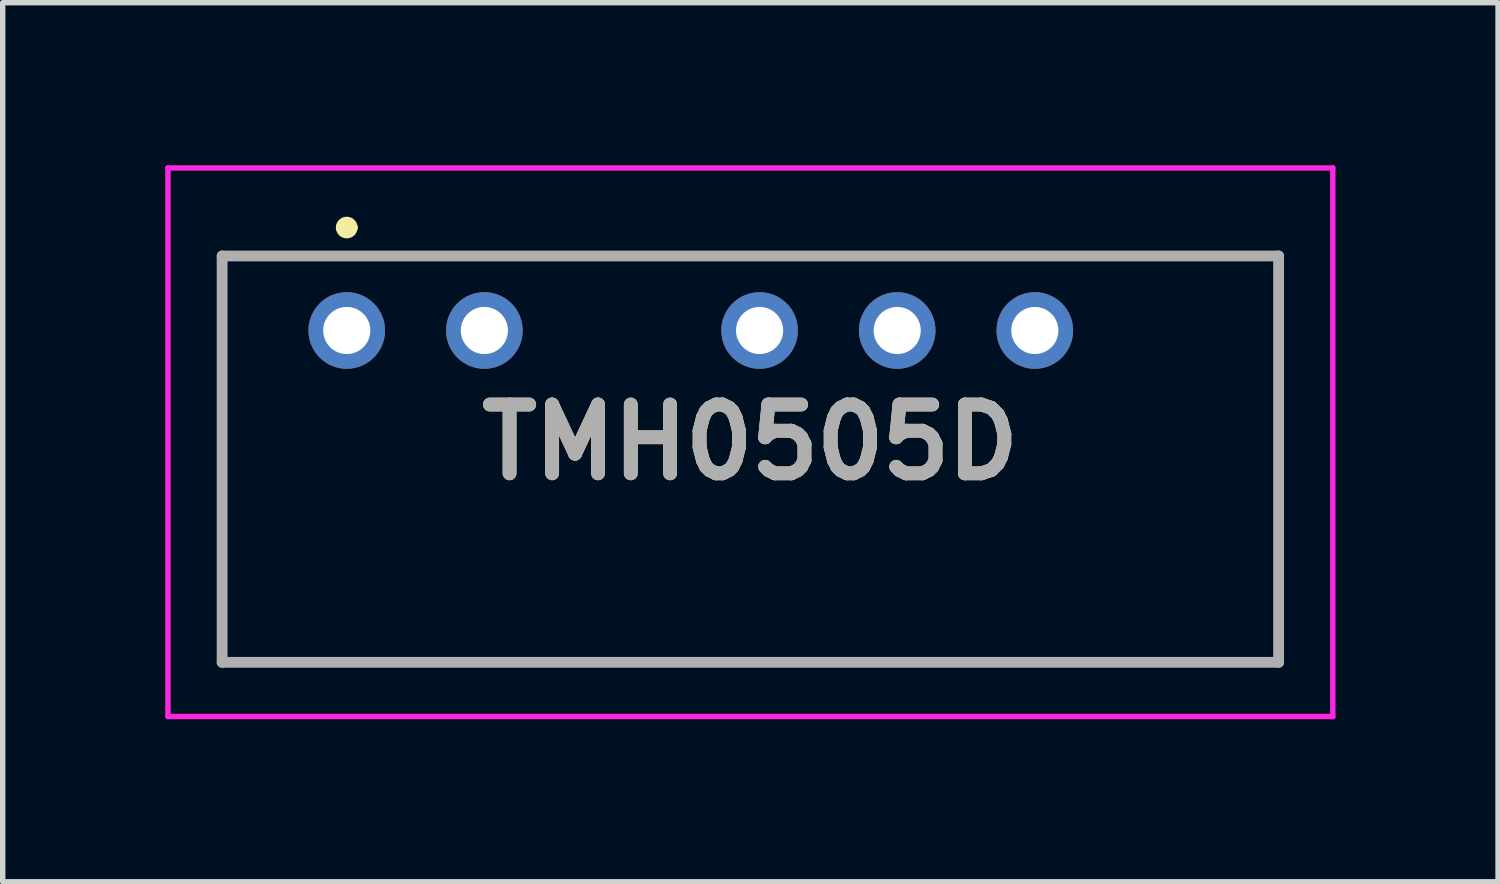
<source format=kicad_pcb>
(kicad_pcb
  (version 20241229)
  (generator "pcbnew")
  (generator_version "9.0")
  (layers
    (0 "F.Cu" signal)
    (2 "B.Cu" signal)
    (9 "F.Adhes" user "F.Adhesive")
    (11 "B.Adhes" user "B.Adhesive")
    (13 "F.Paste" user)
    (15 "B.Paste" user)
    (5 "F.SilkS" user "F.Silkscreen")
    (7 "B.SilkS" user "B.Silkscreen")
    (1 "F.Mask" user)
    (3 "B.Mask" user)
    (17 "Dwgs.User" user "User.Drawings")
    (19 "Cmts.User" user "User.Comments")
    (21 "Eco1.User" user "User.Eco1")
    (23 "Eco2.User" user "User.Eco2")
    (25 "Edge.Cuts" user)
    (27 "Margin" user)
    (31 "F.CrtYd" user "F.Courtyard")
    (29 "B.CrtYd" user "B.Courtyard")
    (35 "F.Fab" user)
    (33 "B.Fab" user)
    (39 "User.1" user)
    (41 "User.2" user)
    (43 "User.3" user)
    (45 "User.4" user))
  (footprint "TMH0505D"
    (layer "F.Cu")
    (at 3.35 3.05)
    (property "Reference" "TMH0505D" (at 7.45 2.062 0) (layer "F.SilkS") (effects (font (size 1.27 1.27) (thickness 0.254))))
    (attr through_hole)
    (fp_line (start -2.3 -1.375) (end 17.2 -1.375) (stroke (width 0.1) (type solid)) (layer "F.SilkS"))
    (fp_line (start -2.3 6.125) (end -2.3 -1.375) (stroke (width 0.1) (type solid)) (layer "F.SilkS"))
    (fp_line (start -0.1 -1.9) (end -0.1 -1.9) (stroke (width 0.2) (type solid)) (layer "F.SilkS"))
    (fp_line (start 0.1 -1.9) (end 0.1 -1.9) (stroke (width 0.2) (type solid)) (layer "F.SilkS"))
    (fp_line (start 17.2 -1.375) (end 17.2 6.125) (stroke (width 0.1) (type solid)) (layer "F.SilkS"))
    (fp_line (start 17.2 6.125) (end -2.3 6.125) (stroke (width 0.1) (type solid)) (layer "F.SilkS"))
    (fp_arc (start -0.1 -1.9) (mid 0 -2) (end 0.1 -1.9) (stroke (width 0.2) (type solid)) (layer "F.SilkS"))
    (fp_arc (start 0.1 -1.9) (mid 0 -1.8) (end -0.1 -1.9) (stroke (width 0.2) (type solid)) (layer "F.SilkS"))
    (fp_line (start -3.3 -3) (end 18.2 -3) (stroke (width 0.1) (type solid)) (layer "F.CrtYd"))
    (fp_line (start -3.3 7.125) (end -3.3 -3) (stroke (width 0.1) (type solid)) (layer "F.CrtYd"))
    (fp_line (start 18.2 -3) (end 18.2 7.125) (stroke (width 0.1) (type solid)) (layer "F.CrtYd"))
    (fp_line (start 18.2 7.125) (end -3.3 7.125) (stroke (width 0.1) (type solid)) (layer "F.CrtYd"))
    (fp_line (start -2.3 -1.375) (end 17.2 -1.375) (stroke (width 0.2) (type solid)) (layer "F.Fab"))
    (fp_line (start -2.3 6.125) (end -2.3 -1.375) (stroke (width 0.2) (type solid)) (layer "F.Fab"))
    (fp_line (start 17.2 -1.375) (end 17.2 6.125) (stroke (width 0.2) (type solid)) (layer "F.Fab"))
    (fp_line (start 17.2 6.125) (end -2.3 6.125) (stroke (width 0.2) (type solid)) (layer "F.Fab"))
    (fp_text user "${REFERENCE}" (at 7.45 2.062 0) (layer "F.Fab") (effects (font (size 1.27 1.27) (thickness 0.254))))
    (pad "1" thru_hole circle (at 0 0) (size 1.414 1.414) (drill 0.87) (layers "*.Cu" "*.Mask"))
    (pad "2" thru_hole circle (at 2.54 0) (size 1.414 1.414) (drill 0.87) (layers "*.Cu" "*.Mask"))
    (pad "4" thru_hole circle (at 7.62 0) (size 1.414 1.414) (drill 0.87) (layers "*.Cu" "*.Mask"))
    (pad "5" thru_hole circle (at 10.16 0) (size 1.414 1.414) (drill 0.87) (layers "*.Cu" "*.Mask"))
    (pad "6" thru_hole circle (at 12.7 0) (size 1.414 1.414) (drill 0.87) (layers "*.Cu" "*.Mask")))
  (gr_rect
    (start -3 -3)
    (end 24.6 13.225)
    (stroke (width 0.1) (type default))
    (fill no)
    (layer "Edge.Cuts")))
</source>
